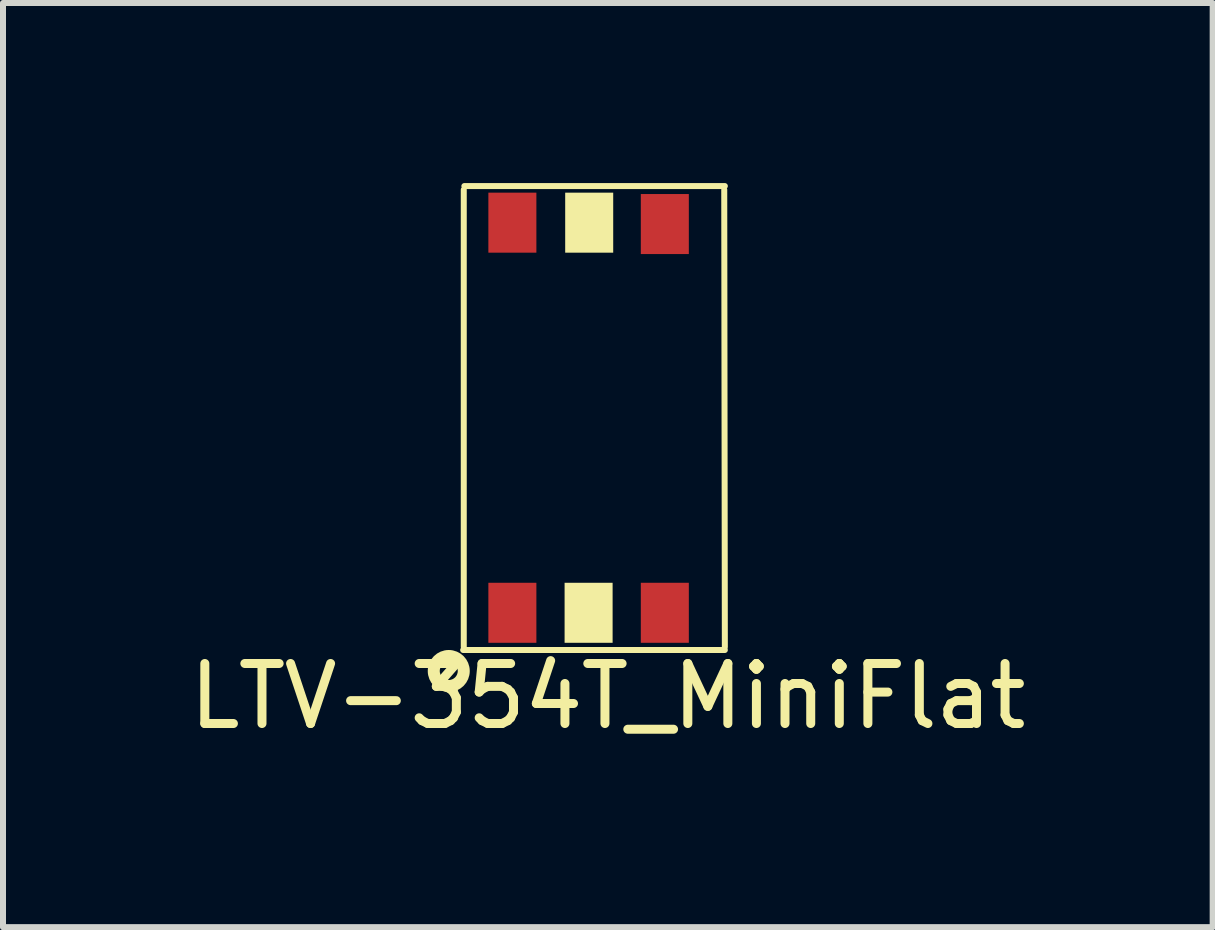
<source format=kicad_pcb>
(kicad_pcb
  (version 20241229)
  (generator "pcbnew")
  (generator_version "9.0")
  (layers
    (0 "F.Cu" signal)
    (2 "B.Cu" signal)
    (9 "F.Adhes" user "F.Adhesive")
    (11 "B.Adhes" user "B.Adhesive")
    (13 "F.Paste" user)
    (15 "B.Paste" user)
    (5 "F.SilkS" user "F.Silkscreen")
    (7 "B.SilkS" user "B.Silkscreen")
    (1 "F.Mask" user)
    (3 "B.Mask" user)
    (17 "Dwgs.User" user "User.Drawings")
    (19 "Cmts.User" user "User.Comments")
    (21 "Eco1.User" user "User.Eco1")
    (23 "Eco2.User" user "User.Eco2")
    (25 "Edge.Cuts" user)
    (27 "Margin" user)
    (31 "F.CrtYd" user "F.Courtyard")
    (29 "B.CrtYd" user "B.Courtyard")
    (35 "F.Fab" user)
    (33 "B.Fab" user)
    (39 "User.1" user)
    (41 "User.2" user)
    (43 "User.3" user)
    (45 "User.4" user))
  (footprint "LTV-354T_MiniFlat"
    (layer "F.Cu")
    (at 5.487 7.16)
    (property "Reference" "LTV-354T_MiniFlat" (at 1.59 1.39 0) (layer "F.SilkS") (effects (font (size 1 1) (thickness 0.15))))
    (attr through_hole)
    (fp_line (start -0.82 0.62) (end 3.54 0.62) (stroke (width 0.1) (type solid)) (layer "F.SilkS"))
    (fp_line (start -0.81 0.57) (end -0.81 -7.05) (stroke (width 0.1) (type solid)) (layer "F.SilkS"))
    (fp_line (start 3.54 -7.11) (end -0.8 -7.11) (stroke (width 0.1) (type solid)) (layer "F.SilkS"))
    (fp_line (start 3.54 0.57) (end 3.53 -7.05) (stroke (width 0.1) (type solid)) (layer "F.SilkS"))
    (fp_circle (center -1.06 0.97) (end -1.26 1.12) (stroke (width 0.2) (type solid)) (fill no) (layer "F.SilkS"))
    (pad "" smd rect (at 1.27 0) (size 0.8 1) (layers "F.SilkS"))
    (pad "" smd rect (at 1.28 -6.5) (size 0.8 1) (layers "F.SilkS"))
    (pad "1" smd rect (at 0 0) (size 0.8 1) (layers "F.Cu" "F.Mask" "F.Paste"))
    (pad "3" smd rect (at 2.54 0) (size 0.8 1) (layers "F.Cu" "F.Mask" "F.Paste"))
    (pad "4" smd rect (at 2.54 -6.477) (size 0.8 1) (layers "F.Cu" "F.Mask" "F.Paste"))
    (pad "6" smd rect (at 0 -6.5) (size 0.8 1) (layers "F.Cu" "F.Mask" "F.Paste")))
  (gr_rect
    (start -3 -3)
    (end 17.155 12.398)
    (stroke (width 0.1) (type default))
    (fill no)
    (layer "Edge.Cuts")))
</source>
